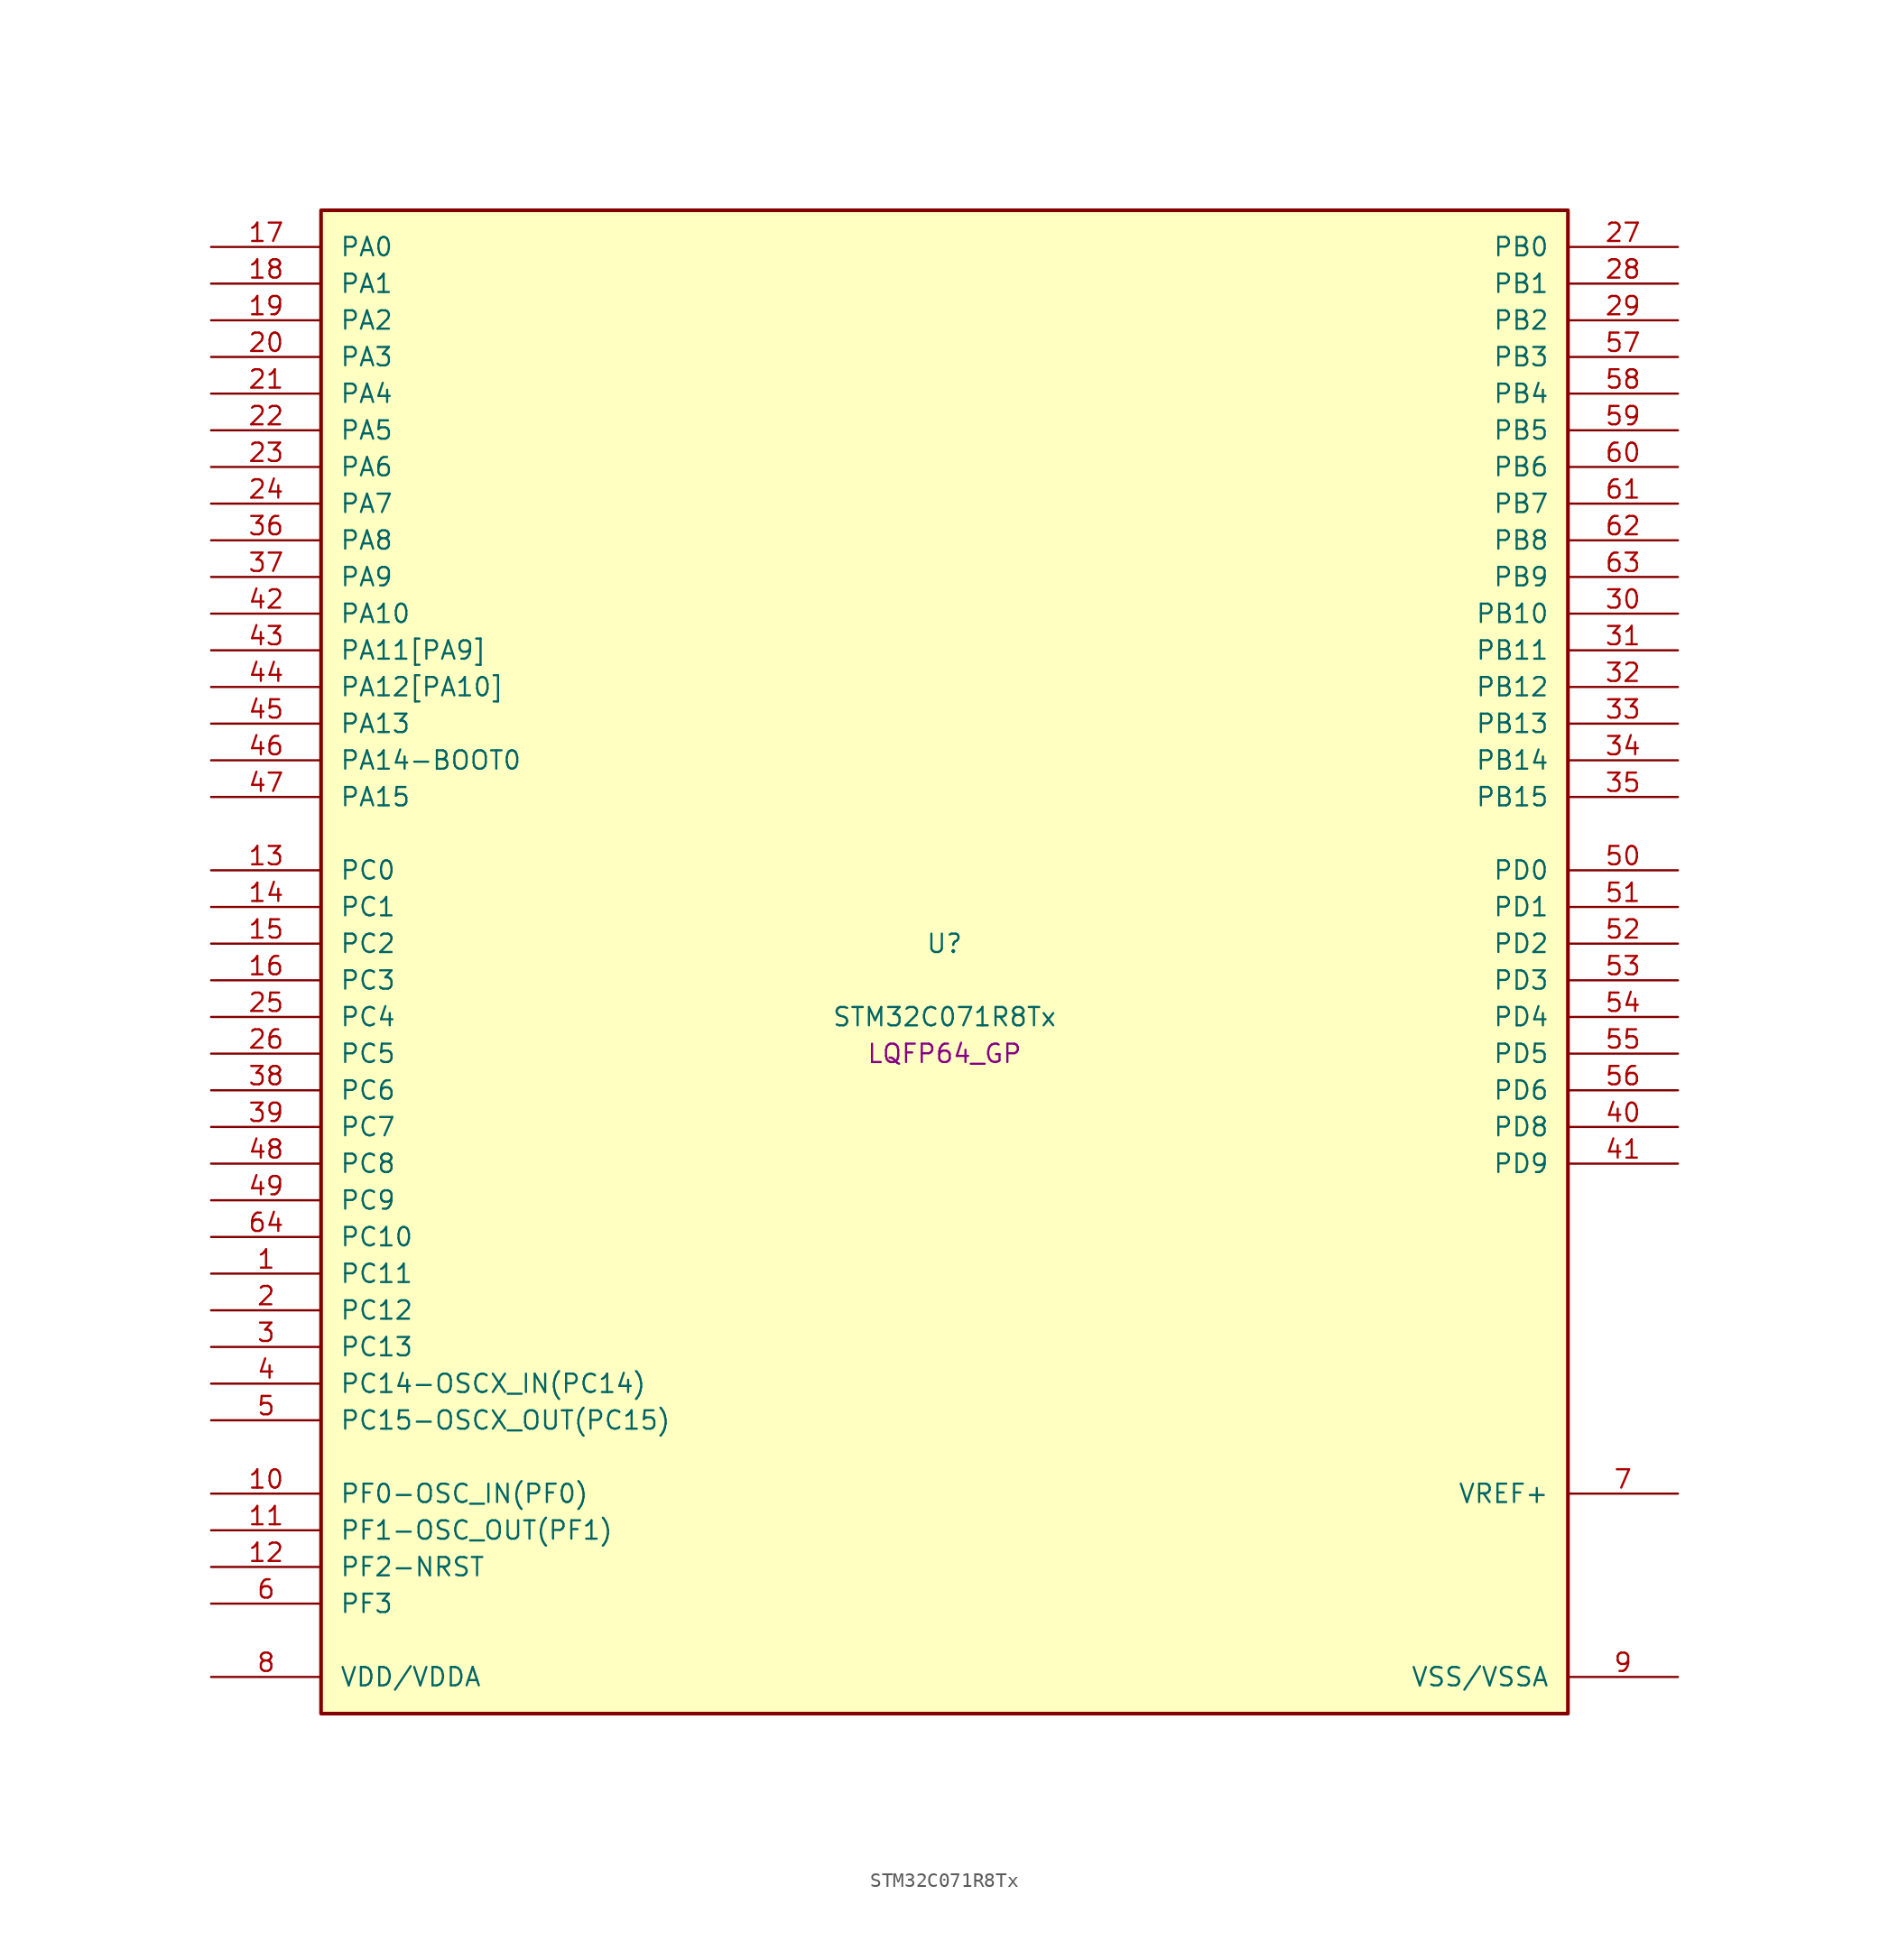
<source format=kicad_sym>
(kicad_symbol_lib
  (version 20241209)
  (generator "stm32_pkl_generator")
  (generator_version "1.0")
  (symbol "STM32C071R8Tx"
    (pin_names
      (offset 1.27))
    (property "Reference" "U"
      (at 0 2.54 0))
    (property "Value" "STM32C071R8Tx"
      (at 0 -2.54 0))
    (property "Footprint" "LQFP64_GP"
      (at 0 -5.08 0))
    (symbol "STM32C071R8Tx_1_1"
      (rectangle (start -43.18 53.34) (end 43.18 -50.8) (stroke (width 0.254) (type solid)) (fill (type background)))
      (pin bidirectional line (at -50.8 50.8 0) (length 7.62) (name "PA0") (number "17") (alternate "PA0/ADC1_IN0" bidirectional line) (alternate "PA0/PWR_WKUP1" bidirectional line) (alternate "PA0/SPI2_SCK" bidirectional line) (alternate "PA0/TIM16_CH1" bidirectional line) (alternate "PA0/TIM1_CH1" bidirectional line) (alternate "PA0/TIM2_CH1" bidirectional line) (alternate "PA0/TIM2_ETR" bidirectional line) (alternate "PA0/USART1_TX" bidirectional line) (alternate "PA0/USART2_CTS" bidirectional line) (alternate "PA0/USART2_NSS" bidirectional line))
      (pin bidirectional line (at -50.8 48.26 0) (length 7.62) (name "PA1") (number "18") (alternate "PA1/ADC1_IN1" bidirectional line) (alternate "PA1/I2C1_SMBA" bidirectional line) (alternate "PA1/I2S1_CK" bidirectional line) (alternate "PA1/SPI1_SCK" bidirectional line) (alternate "PA1/TIM17_CH1" bidirectional line) (alternate "PA1/TIM1_CH2" bidirectional line) (alternate "PA1/TIM2_CH2" bidirectional line) (alternate "PA1/USART1_RX" bidirectional line) (alternate "PA1/USART2_CK" bidirectional line) (alternate "PA1/USART2_DE" bidirectional line) (alternate "PA1/USART2_RTS" bidirectional line))
      (pin bidirectional line (at -50.8 45.72 0) (length 7.62) (name "PA2") (number "19") (alternate "PA2/ADC1_IN2" bidirectional line) (alternate "PA2/I2S1_SD" bidirectional line) (alternate "PA2/PWR_WKUP4" bidirectional line) (alternate "PA2/RCC_LSCO" bidirectional line) (alternate "PA2/SPI1_MOSI" bidirectional line) (alternate "PA2/TIM16_CH1N" bidirectional line) (alternate "PA2/TIM1_CH3" bidirectional line) (alternate "PA2/TIM2_CH3" bidirectional line) (alternate "PA2/TIM3_ETR" bidirectional line) (alternate "PA2/USART2_TX" bidirectional line))
      (pin bidirectional line (at -50.8 43.18 0) (length 7.62) (name "PA3") (number "20") (alternate "PA3/ADC1_IN3" bidirectional line) (alternate "PA3/SPI2_MISO" bidirectional line) (alternate "PA3/TIM1_CH1N" bidirectional line) (alternate "PA3/TIM1_CH4" bidirectional line) (alternate "PA3/TIM2_CH4" bidirectional line) (alternate "PA3/USART2_RX" bidirectional line))
      (pin bidirectional line (at -50.8 40.64 0) (length 7.62) (name "PA4") (number "21") (alternate "PA4/ADC1_IN4" bidirectional line) (alternate "PA4/I2S1_WS" bidirectional line) (alternate "PA4/RTC_OUT2" bidirectional line) (alternate "PA4/SPI1_NSS" bidirectional line) (alternate "PA4/SPI2_MOSI" bidirectional line) (alternate "PA4/TIM14_CH1" bidirectional line) (alternate "PA4/TIM17_CH1N" bidirectional line) (alternate "PA4/TIM1_CH2N" bidirectional line) (alternate "PA4/USART2_TX" bidirectional line) (alternate "PA4/USB_NOE" bidirectional line))
      (pin bidirectional line (at -50.8 38.1 0) (length 7.62) (name "PA5") (number "22") (alternate "PA5/ADC1_IN5" bidirectional line) (alternate "PA5/I2S1_CK" bidirectional line) (alternate "PA5/SPI1_SCK" bidirectional line) (alternate "PA5/TIM1_CH1" bidirectional line) (alternate "PA5/TIM1_CH3N" bidirectional line) (alternate "PA5/TIM2_CH1" bidirectional line) (alternate "PA5/TIM2_ETR" bidirectional line) (alternate "PA5/USART2_RX" bidirectional line))
      (pin bidirectional line (at -50.8 35.56 0) (length 7.62) (name "PA6") (number "23") (alternate "PA6/ADC1_IN6" bidirectional line) (alternate "PA6/I2C2_SDA" bidirectional line) (alternate "PA6/I2S1_MCK" bidirectional line) (alternate "PA6/SPI1_MISO" bidirectional line) (alternate "PA6/TIM16_CH1" bidirectional line) (alternate "PA6/TIM1_BKIN" bidirectional line) (alternate "PA6/TIM3_CH1" bidirectional line))
      (pin bidirectional line (at -50.8 33.02 0) (length 7.62) (name "PA7") (number "24") (alternate "PA7/ADC1_IN7" bidirectional line) (alternate "PA7/I2C2_SCL" bidirectional line) (alternate "PA7/I2S1_SD" bidirectional line) (alternate "PA7/SPI1_MOSI" bidirectional line) (alternate "PA7/TIM14_CH1" bidirectional line) (alternate "PA7/TIM17_CH1" bidirectional line) (alternate "PA7/TIM1_CH1N" bidirectional line) (alternate "PA7/TIM3_CH2" bidirectional line))
      (pin bidirectional line (at -50.8 30.48 0) (length 7.62) (name "PA8") (number "36") (alternate "PA8/ADC1_IN8" bidirectional line) (alternate "PA8/CRS_SYNC" bidirectional line) (alternate "PA8/I2S1_WS" bidirectional line) (alternate "PA8/RCC_MCO" bidirectional line) (alternate "PA8/RCC_MCO_2" bidirectional line) (alternate "PA8/SPI1_NSS" bidirectional line) (alternate "PA8/SPI2_MISO" bidirectional line) (alternate "PA8/SPI2_NSS" bidirectional line) (alternate "PA8/TIM14_CH1" bidirectional line) (alternate "PA8/TIM1_CH1" bidirectional line) (alternate "PA8/TIM1_CH2N" bidirectional line) (alternate "PA8/TIM1_CH3N" bidirectional line) (alternate "PA8/TIM3_CH3" bidirectional line) (alternate "PA8/TIM3_CH4" bidirectional line) (alternate "PA8/USART1_RX" bidirectional line) (alternate "PA8/USART2_TX" bidirectional line))
      (pin bidirectional line (at -50.8 27.94 0) (length 7.62) (name "PA9") (number "37") (alternate "PA9/I2C1_SCL" bidirectional line) (alternate "PA9/I2C2_SCL" bidirectional line) (alternate "PA9/RCC_MCO" bidirectional line) (alternate "PA9/SPI2_MISO" bidirectional line) (alternate "PA9/TIM1_CH2" bidirectional line) (alternate "PA9/TIM3_ETR" bidirectional line) (alternate "PA9/USART1_TX" bidirectional line) (alternate "PA9/NC" bidirectional line))
      (pin bidirectional line (at -50.8 25.4 0) (length 7.62) (name "PA10") (number "42") (alternate "PA10/I2C1_SDA" bidirectional line) (alternate "PA10/I2C2_SDA" bidirectional line) (alternate "PA10/RCC_MCO_2" bidirectional line) (alternate "PA10/SPI2_MOSI" bidirectional line) (alternate "PA10/TIM17_BKIN" bidirectional line) (alternate "PA10/TIM1_CH3" bidirectional line) (alternate "PA10/USART1_RX" bidirectional line) (alternate "PA10/NC" bidirectional line))
      (pin bidirectional line (at -50.8 22.86 0) (length 7.62) (name "PA11[PA9]") (number "43") (alternate "PA11[PA9]/ADC1_EXTI11" bidirectional line) (alternate "PA11[PA9]/I2C2_SCL" bidirectional line) (alternate "PA11[PA9]/I2S1_MCK" bidirectional line) (alternate "PA11[PA9]/SPI1_MISO" bidirectional line) (alternate "PA11[PA9]/TIM1_BKIN2" bidirectional line) (alternate "PA11[PA9]/TIM1_CH4" bidirectional line) (alternate "PA11[PA9]/USART1_CTS" bidirectional line) (alternate "PA11[PA9]/USART1_NSS" bidirectional line) (alternate "PA11[PA9]/USB_DM" bidirectional line) (alternate "PA11[PA9]/PA9[PA11]" bidirectional line) (alternate "PA11[PA9]/I2C1_SCL" bidirectional line) (alternate "PA11[PA9]/RCC_MCO" bidirectional line) (alternate "PA11[PA9]/SPI2_MISO" bidirectional line) (alternate "PA11[PA9]/TIM1_CH2" bidirectional line) (alternate "PA11[PA9]/TIM3_ETR" bidirectional line) (alternate "PA11[PA9]/USART1_TX" bidirectional line))
      (pin bidirectional line (at -50.8 20.32 0) (length 7.62) (name "PA12[PA10]") (number "44") (alternate "PA12[PA10]/I2C2_SDA" bidirectional line) (alternate "PA12[PA10]/I2S1_SD" bidirectional line) (alternate "PA12[PA10]/I2S_CKIN" bidirectional line) (alternate "PA12[PA10]/SPI1_MOSI" bidirectional line) (alternate "PA12[PA10]/TIM1_ETR" bidirectional line) (alternate "PA12[PA10]/USART1_CK" bidirectional line) (alternate "PA12[PA10]/USART1_DE" bidirectional line) (alternate "PA12[PA10]/USART1_RTS" bidirectional line) (alternate "PA12[PA10]/USB_DP" bidirectional line) (alternate "PA12[PA10]/PA10[PA12]" bidirectional line) (alternate "PA12[PA10]/I2C1_SDA" bidirectional line) (alternate "PA12[PA10]/RCC_MCO_2" bidirectional line) (alternate "PA12[PA10]/SPI2_MOSI" bidirectional line) (alternate "PA12[PA10]/TIM17_BKIN" bidirectional line) (alternate "PA12[PA10]/TIM1_CH3" bidirectional line) (alternate "PA12[PA10]/USART1_RX" bidirectional line))
      (pin bidirectional line (at -50.8 17.78 0) (length 7.62) (name "PA13") (number "45") (alternate "PA13/ADC1_IN13" bidirectional line) (alternate "PA13/DEBUG_SWDIO" bidirectional line) (alternate "PA13/IR_OUT" bidirectional line) (alternate "PA13/TIM3_ETR" bidirectional line) (alternate "PA13/USART2_RX" bidirectional line) (alternate "PA13/USB_NOE" bidirectional line))
      (pin bidirectional line (at -50.8 15.24 0) (length 7.62) (name "PA14-BOOT0") (number "46") (alternate "PA14-BOOT0/ADC1_IN14" bidirectional line) (alternate "PA14-BOOT0/DEBUG_SWCLK" bidirectional line) (alternate "PA14-BOOT0/I2S1_WS" bidirectional line) (alternate "PA14-BOOT0/RCC_MCO_2" bidirectional line) (alternate "PA14-BOOT0/SPI1_NSS" bidirectional line) (alternate "PA14-BOOT0/TIM1_CH1" bidirectional line) (alternate "PA14-BOOT0/USART1_CK" bidirectional line) (alternate "PA14-BOOT0/USART1_DE" bidirectional line) (alternate "PA14-BOOT0/USART1_RTS" bidirectional line) (alternate "PA14-BOOT0/USART2_RX" bidirectional line) (alternate "PA14-BOOT0/USART2_TX" bidirectional line))
      (pin bidirectional line (at -50.8 12.7 0) (length 7.62) (name "PA15") (number "47") (alternate "PA15/I2S1_WS" bidirectional line) (alternate "PA15/RCC_MCO_2" bidirectional line) (alternate "PA15/SPI1_NSS" bidirectional line) (alternate "PA15/TIM1_CH1" bidirectional line) (alternate "PA15/TIM2_CH1" bidirectional line) (alternate "PA15/TIM2_ETR" bidirectional line) (alternate "PA15/USART1_CK" bidirectional line) (alternate "PA15/USART1_DE" bidirectional line) (alternate "PA15/USART1_RTS" bidirectional line) (alternate "PA15/USART2_RX" bidirectional line) (alternate "PA15/USB_NOE" bidirectional line))
      (pin bidirectional line (at 50.8 50.8 180) (length 7.62) (name "PB0") (number "27") (alternate "PB0/ADC1_IN17" bidirectional line) (alternate "PB0/I2S1_WS" bidirectional line) (alternate "PB0/SPI1_NSS" bidirectional line) (alternate "PB0/TIM1_CH2N" bidirectional line) (alternate "PB0/TIM3_CH3" bidirectional line))
      (pin bidirectional line (at 50.8 48.26 180) (length 7.62) (name "PB1") (number "28") (alternate "PB1/ADC1_IN18" bidirectional line) (alternate "PB1/TIM14_CH1" bidirectional line) (alternate "PB1/TIM1_CH2N" bidirectional line) (alternate "PB1/TIM1_CH3N" bidirectional line) (alternate "PB1/TIM3_CH4" bidirectional line))
      (pin bidirectional line (at 50.8 45.72 180) (length 7.62) (name "PB2") (number "29") (alternate "PB2/ADC1_IN19" bidirectional line) (alternate "PB2/RCC_MCO_2" bidirectional line) (alternate "PB2/SPI2_MISO" bidirectional line) (alternate "PB2/USART1_RX" bidirectional line))
      (pin bidirectional line (at 50.8 43.18 180) (length 7.62) (name "PB3") (number "57") (alternate "PB3/I2C2_SCL" bidirectional line) (alternate "PB3/I2S1_CK" bidirectional line) (alternate "PB3/SPI1_SCK" bidirectional line) (alternate "PB3/TIM1_CH2" bidirectional line) (alternate "PB3/TIM2_CH2" bidirectional line) (alternate "PB3/TIM3_CH2" bidirectional line) (alternate "PB3/USART1_CK" bidirectional line) (alternate "PB3/USART1_DE" bidirectional line) (alternate "PB3/USART1_RTS" bidirectional line))
      (pin bidirectional line (at 50.8 40.64 180) (length 7.62) (name "PB4") (number "58") (alternate "PB4/I2C2_SDA" bidirectional line) (alternate "PB4/I2S1_MCK" bidirectional line) (alternate "PB4/SPI1_MISO" bidirectional line) (alternate "PB4/TIM17_BKIN" bidirectional line) (alternate "PB4/TIM3_CH1" bidirectional line) (alternate "PB4/USART1_CTS" bidirectional line) (alternate "PB4/USART1_NSS" bidirectional line))
      (pin bidirectional line (at 50.8 38.1 180) (length 7.62) (name "PB5") (number "59") (alternate "PB5/I2C1_SMBA" bidirectional line) (alternate "PB5/I2S1_SD" bidirectional line) (alternate "PB5/PWR_WKUP6" bidirectional line) (alternate "PB5/SPI1_MOSI" bidirectional line) (alternate "PB5/TIM16_BKIN" bidirectional line) (alternate "PB5/TIM3_CH2" bidirectional line) (alternate "PB5/TIM3_CH3" bidirectional line))
      (pin bidirectional line (at 50.8 35.56 180) (length 7.62) (name "PB6") (number "60") (alternate "PB6/I2C1_SCL" bidirectional line) (alternate "PB6/I2C1_SMBA" bidirectional line) (alternate "PB6/I2S1_CK" bidirectional line) (alternate "PB6/I2S1_MCK" bidirectional line) (alternate "PB6/I2S1_SD" bidirectional line) (alternate "PB6/PWR_WKUP3" bidirectional line) (alternate "PB6/SPI1_MISO" bidirectional line) (alternate "PB6/SPI1_MOSI" bidirectional line) (alternate "PB6/SPI1_SCK" bidirectional line) (alternate "PB6/SPI2_MISO" bidirectional line) (alternate "PB6/TIM16_BKIN" bidirectional line) (alternate "PB6/TIM16_CH1N" bidirectional line) (alternate "PB6/TIM17_BKIN" bidirectional line) (alternate "PB6/TIM1_CH2" bidirectional line) (alternate "PB6/TIM1_CH3" bidirectional line) (alternate "PB6/TIM3_CH1" bidirectional line) (alternate "PB6/TIM3_CH2" bidirectional line) (alternate "PB6/TIM3_CH3" bidirectional line) (alternate "PB6/USART1_CTS" bidirectional line) (alternate "PB6/USART1_NSS" bidirectional line) (alternate "PB6/USART1_TX" bidirectional line))
      (pin bidirectional line (at 50.8 33.02 180) (length 7.62) (name "PB7") (number "61") (alternate "PB7/I2C1_SCL" bidirectional line) (alternate "PB7/I2C1_SDA" bidirectional line) (alternate "PB7/SPI2_MOSI" bidirectional line) (alternate "PB7/TIM16_CH1" bidirectional line) (alternate "PB7/TIM17_CH1N" bidirectional line) (alternate "PB7/TIM1_CH4" bidirectional line) (alternate "PB7/TIM3_CH1" bidirectional line) (alternate "PB7/TIM3_CH4" bidirectional line) (alternate "PB7/USART1_RX" bidirectional line) (alternate "PB7/USART2_CTS" bidirectional line) (alternate "PB7/USART2_NSS" bidirectional line))
      (pin bidirectional line (at 50.8 30.48 180) (length 7.62) (name "PB8") (number "62") (alternate "PB8/I2C1_SCL" bidirectional line) (alternate "PB8/SPI2_SCK" bidirectional line) (alternate "PB8/TIM16_CH1" bidirectional line) (alternate "PB8/TIM3_CH1" bidirectional line) (alternate "PB8/USART2_CTS" bidirectional line) (alternate "PB8/USART2_NSS" bidirectional line))
      (pin bidirectional line (at 50.8 27.94 180) (length 7.62) (name "PB9") (number "63") (alternate "PB9/I2C1_SDA" bidirectional line) (alternate "PB9/IR_OUT" bidirectional line) (alternate "PB9/SPI2_NSS" bidirectional line) (alternate "PB9/TIM17_CH1" bidirectional line) (alternate "PB9/TIM3_CH2" bidirectional line) (alternate "PB9/USART2_CK" bidirectional line) (alternate "PB9/USART2_DE" bidirectional line) (alternate "PB9/USART2_RTS" bidirectional line))
      (pin bidirectional line (at 50.8 25.4 180) (length 7.62) (name "PB10") (number "30") (alternate "PB10/ADC1_IN20" bidirectional line) (alternate "PB10/I2C2_SCL" bidirectional line) (alternate "PB10/SPI2_SCK" bidirectional line) (alternate "PB10/TIM2_CH3" bidirectional line))
      (pin bidirectional line (at 50.8 22.86 180) (length 7.62) (name "PB11") (number "31") (alternate "PB11/ADC1_EXTI11" bidirectional line) (alternate "PB11/ADC1_IN21" bidirectional line) (alternate "PB11/I2C2_SDA" bidirectional line) (alternate "PB11/SPI2_MOSI" bidirectional line) (alternate "PB11/TIM2_CH4" bidirectional line))
      (pin bidirectional line (at 50.8 20.32 180) (length 7.62) (name "PB12") (number "32") (alternate "PB12/ADC1_IN22" bidirectional line) (alternate "PB12/SPI2_NSS" bidirectional line) (alternate "PB12/TIM1_BKIN" bidirectional line) (alternate "PB12/TIM1_BKIN2" bidirectional line))
      (pin bidirectional line (at 50.8 17.78 180) (length 7.62) (name "PB13") (number "33") (alternate "PB13/I2C2_SCL" bidirectional line) (alternate "PB13/SPI2_SCK" bidirectional line) (alternate "PB13/TIM1_CH1N" bidirectional line))
      (pin bidirectional line (at 50.8 15.24 180) (length 7.62) (name "PB14") (number "34") (alternate "PB14/I2C2_SDA" bidirectional line) (alternate "PB14/SPI2_MISO" bidirectional line) (alternate "PB14/TIM1_CH2N" bidirectional line))
      (pin bidirectional line (at 50.8 12.7 180) (length 7.62) (name "PB15") (number "35") (alternate "PB15/RTC_REFIN" bidirectional line) (alternate "PB15/SPI2_MOSI" bidirectional line) (alternate "PB15/TIM1_CH3N" bidirectional line))
      (pin bidirectional line (at -50.8 7.62 0) (length 7.62) (name "PC0") (number "13"))
      (pin bidirectional line (at -50.8 5.08 0) (length 7.62) (name "PC1") (number "14"))
      (pin bidirectional line (at -50.8 2.54 0) (length 7.62) (name "PC2") (number "15") (alternate "PC2/SPI2_MISO" bidirectional line))
      (pin bidirectional line (at -50.8 0 0) (length 7.62) (name "PC3") (number "16") (alternate "PC3/SPI2_MOSI" bidirectional line))
      (pin bidirectional line (at -50.8 -2.54 0) (length 7.62) (name "PC4") (number "25") (alternate "PC4/ADC1_IN11" bidirectional line) (alternate "PC4/TIM2_CH1" bidirectional line) (alternate "PC4/TIM2_ETR" bidirectional line) (alternate "PC4/USART1_TX" bidirectional line))
      (pin bidirectional line (at -50.8 -5.08 0) (length 7.62) (name "PC5") (number "26") (alternate "PC5/ADC1_IN12" bidirectional line) (alternate "PC5/PWR_WKUP5" bidirectional line) (alternate "PC5/TIM2_CH2" bidirectional line) (alternate "PC5/USART1_RX" bidirectional line))
      (pin bidirectional line (at -50.8 -7.62 0) (length 7.62) (name "PC6") (number "38") (alternate "PC6/TIM2_CH3" bidirectional line) (alternate "PC6/TIM3_CH1" bidirectional line))
      (pin bidirectional line (at -50.8 -10.16 0) (length 7.62) (name "PC7") (number "39") (alternate "PC7/TIM2_CH4" bidirectional line) (alternate "PC7/TIM3_CH2" bidirectional line))
      (pin bidirectional line (at -50.8 -12.7 0) (length 7.62) (name "PC8") (number "48") (alternate "PC8/TIM1_CH1" bidirectional line) (alternate "PC8/TIM3_CH3" bidirectional line))
      (pin bidirectional line (at -50.8 -15.24 0) (length 7.62) (name "PC9") (number "49") (alternate "PC9/I2S_CKIN" bidirectional line) (alternate "PC9/TIM1_CH2" bidirectional line) (alternate "PC9/TIM3_CH4" bidirectional line) (alternate "PC9/USB_NOE" bidirectional line))
      (pin bidirectional line (at -50.8 -17.78 0) (length 7.62) (name "PC10") (number "64") (alternate "PC10/TIM1_CH3" bidirectional line))
      (pin bidirectional line (at -50.8 -20.32 0) (length 7.62) (name "PC11") (number "1") (alternate "PC11/ADC1_EXTI11" bidirectional line) (alternate "PC11/TIM1_CH4" bidirectional line))
      (pin bidirectional line (at -50.8 -22.86 0) (length 7.62) (name "PC12") (number "2") (alternate "PC12/TIM14_CH1" bidirectional line))
      (pin bidirectional line (at -50.8 -25.4 0) (length 7.62) (name "PC13") (number "3") (alternate "PC13/PWR_WKUP2" bidirectional line) (alternate "PC13/RTC_OUT1" bidirectional line) (alternate "PC13/RTC_TS" bidirectional line) (alternate "PC13/TIM1_BKIN" bidirectional line) (alternate "PC13/TIM1_ETR" bidirectional line))
      (pin bidirectional line (at -50.8 -27.94 0) (length 7.62) (name "PC14-OSCX_IN(PC14)") (number "4") (alternate "PC14-OSCX_IN(PC14)/I2C1_SDA" bidirectional line) (alternate "PC14-OSCX_IN(PC14)/IR_OUT" bidirectional line) (alternate "PC14-OSCX_IN(PC14)/RCC_OSCX_IN" bidirectional line) (alternate "PC14-OSCX_IN(PC14)/SPI2_NSS" bidirectional line) (alternate "PC14-OSCX_IN(PC14)/TIM17_CH1" bidirectional line) (alternate "PC14-OSCX_IN(PC14)/TIM1_BKIN2" bidirectional line) (alternate "PC14-OSCX_IN(PC14)/TIM1_ETR" bidirectional line) (alternate "PC14-OSCX_IN(PC14)/TIM3_CH2" bidirectional line) (alternate "PC14-OSCX_IN(PC14)/USART1_TX" bidirectional line) (alternate "PC14-OSCX_IN(PC14)/USART2_CK" bidirectional line) (alternate "PC14-OSCX_IN(PC14)/USART2_DE" bidirectional line) (alternate "PC14-OSCX_IN(PC14)/USART2_RTS" bidirectional line))
      (pin bidirectional line (at -50.8 -30.48 0) (length 7.62) (name "PC15-OSCX_OUT(PC15)") (number "5") (alternate "PC15-OSCX_OUT(PC15)/RCC_OSC32_EN" bidirectional line) (alternate "PC15-OSCX_OUT(PC15)/RCC_OSCX_OUT" bidirectional line) (alternate "PC15-OSCX_OUT(PC15)/RCC_OSC_EN" bidirectional line) (alternate "PC15-OSCX_OUT(PC15)/TIM1_ETR" bidirectional line) (alternate "PC15-OSCX_OUT(PC15)/TIM3_CH3" bidirectional line))
      (pin bidirectional line (at 50.8 7.62 180) (length 7.62) (name "PD0") (number "50") (alternate "PD0/SPI2_NSS" bidirectional line) (alternate "PD0/TIM16_CH1" bidirectional line))
      (pin bidirectional line (at 50.8 5.08 180) (length 7.62) (name "PD1") (number "51") (alternate "PD1/SPI2_SCK" bidirectional line) (alternate "PD1/TIM17_CH1" bidirectional line))
      (pin bidirectional line (at 50.8 2.54 180) (length 7.62) (name "PD2") (number "52") (alternate "PD2/TIM1_CH1N" bidirectional line) (alternate "PD2/TIM3_ETR" bidirectional line))
      (pin bidirectional line (at 50.8 0 180) (length 7.62) (name "PD3") (number "53") (alternate "PD3/SPI2_MISO" bidirectional line) (alternate "PD3/TIM1_CH2N" bidirectional line) (alternate "PD3/USART2_CTS" bidirectional line) (alternate "PD3/USART2_NSS" bidirectional line))
      (pin bidirectional line (at 50.8 -2.54 180) (length 7.62) (name "PD4") (number "54") (alternate "PD4/SPI2_MOSI" bidirectional line) (alternate "PD4/TIM1_CH3N" bidirectional line) (alternate "PD4/USART2_CK" bidirectional line) (alternate "PD4/USART2_DE" bidirectional line) (alternate "PD4/USART2_RTS" bidirectional line))
      (pin bidirectional line (at 50.8 -5.08 180) (length 7.62) (name "PD5") (number "55") (alternate "PD5/I2S1_MCK" bidirectional line) (alternate "PD5/SPI1_MISO" bidirectional line) (alternate "PD5/TIM1_BKIN" bidirectional line) (alternate "PD5/USART2_TX" bidirectional line))
      (pin bidirectional line (at 50.8 -7.62 180) (length 7.62) (name "PD6") (number "56") (alternate "PD6/I2S1_SD" bidirectional line) (alternate "PD6/SPI1_MOSI" bidirectional line) (alternate "PD6/USART2_RX" bidirectional line))
      (pin bidirectional line (at 50.8 -10.16 180) (length 7.62) (name "PD8") (number "40") (alternate "PD8/I2S1_CK" bidirectional line) (alternate "PD8/SPI1_SCK" bidirectional line))
      (pin bidirectional line (at 50.8 -12.7 180) (length 7.62) (name "PD9") (number "41") (alternate "PD9/I2S1_WS" bidirectional line) (alternate "PD9/SPI1_NSS" bidirectional line) (alternate "PD9/TIM1_BKIN2" bidirectional line))
      (pin bidirectional line (at -50.8 -35.56 0) (length 7.62) (name "PF0-OSC_IN(PF0)") (number "10") (alternate "PF0-OSC_IN(PF0)/CRS_SYNC" bidirectional line) (alternate "PF0-OSC_IN(PF0)/RCC_OSC_IN" bidirectional line) (alternate "PF0-OSC_IN(PF0)/TIM14_CH1" bidirectional line))
      (pin bidirectional line (at -50.8 -38.1 0) (length 7.62) (name "PF1-OSC_OUT(PF1)") (number "11") (alternate "PF1-OSC_OUT(PF1)/RCC_OSC_EN" bidirectional line) (alternate "PF1-OSC_OUT(PF1)/RCC_OSC_OUT" bidirectional line))
      (pin bidirectional line (at -50.8 -40.64 0) (length 7.62) (name "PF2-NRST") (number "12") (alternate "PF2-NRST/RCC_MCO" bidirectional line) (alternate "PF2-NRST/TIM1_CH4" bidirectional line))
      (pin bidirectional line (at -50.8 -43.18 0) (length 7.62) (name "PF3") (number "6"))
      (pin bidirectional line (at 50.8 -35.56 180) (length 7.62) (name "VREF+") (number "7"))
      (pin power_in line (at -50.8 -48.26 0) (length 7.62) (name "VDD/VDDA") (number "8"))
      (pin power_in line (at 50.8 -48.26 180) (length 7.62) (name "VSS/VSSA") (number "9")))))
</source>
